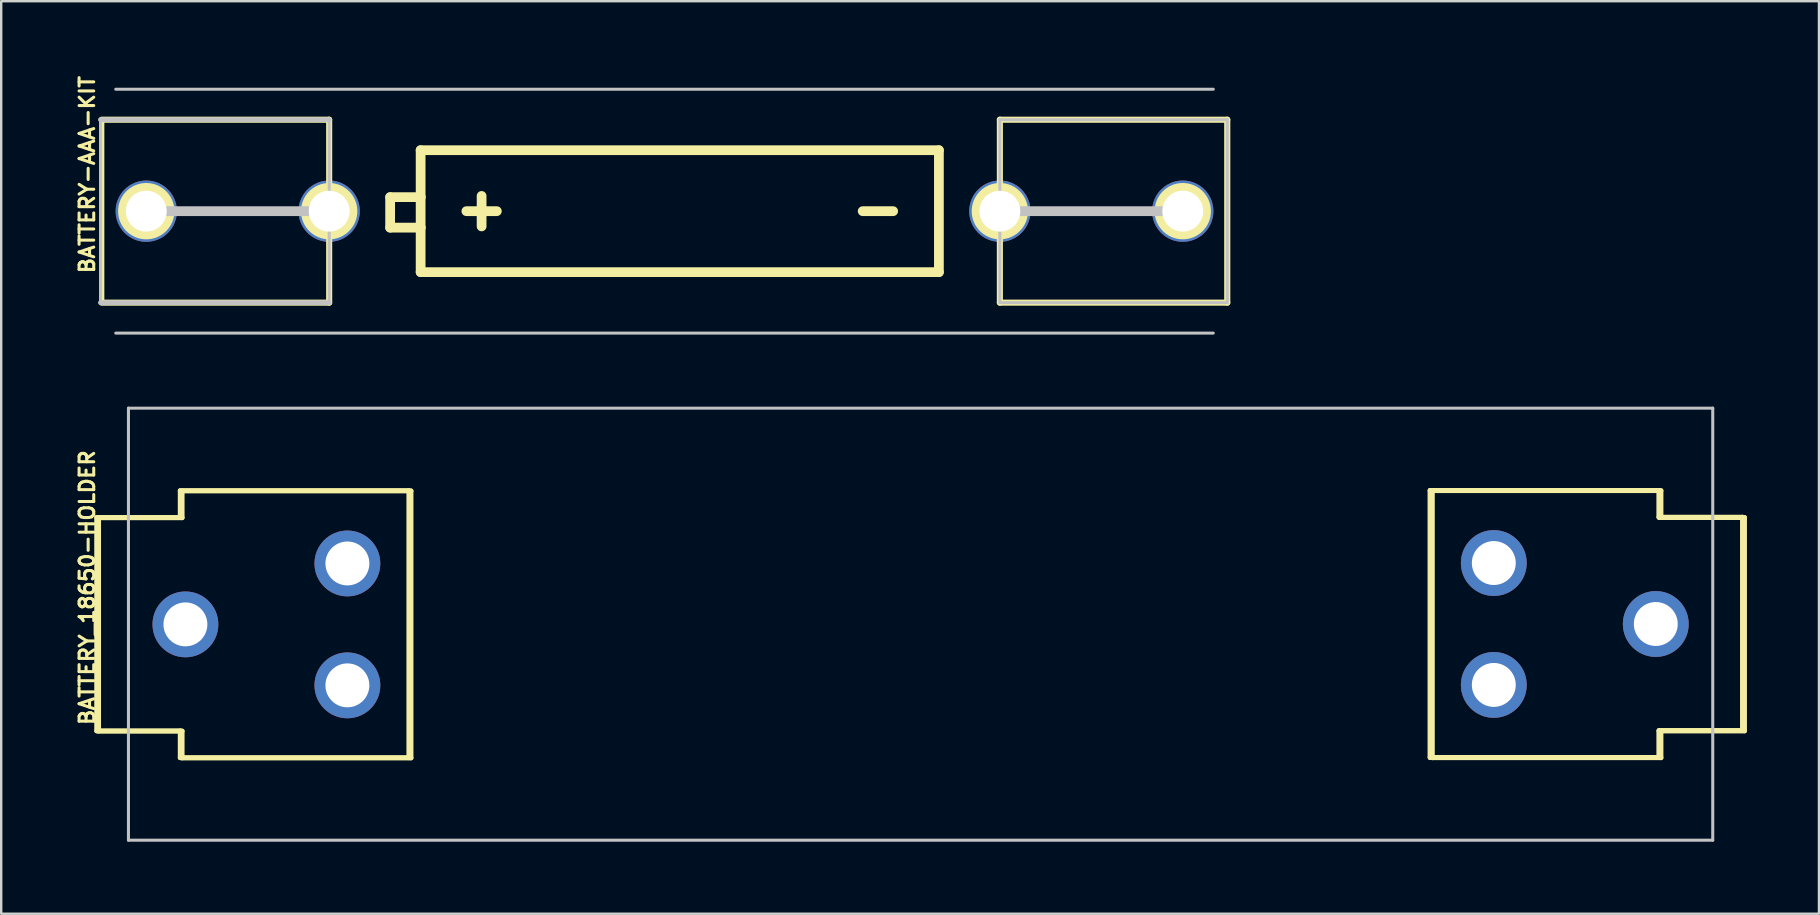
<source format=kicad_pcb>
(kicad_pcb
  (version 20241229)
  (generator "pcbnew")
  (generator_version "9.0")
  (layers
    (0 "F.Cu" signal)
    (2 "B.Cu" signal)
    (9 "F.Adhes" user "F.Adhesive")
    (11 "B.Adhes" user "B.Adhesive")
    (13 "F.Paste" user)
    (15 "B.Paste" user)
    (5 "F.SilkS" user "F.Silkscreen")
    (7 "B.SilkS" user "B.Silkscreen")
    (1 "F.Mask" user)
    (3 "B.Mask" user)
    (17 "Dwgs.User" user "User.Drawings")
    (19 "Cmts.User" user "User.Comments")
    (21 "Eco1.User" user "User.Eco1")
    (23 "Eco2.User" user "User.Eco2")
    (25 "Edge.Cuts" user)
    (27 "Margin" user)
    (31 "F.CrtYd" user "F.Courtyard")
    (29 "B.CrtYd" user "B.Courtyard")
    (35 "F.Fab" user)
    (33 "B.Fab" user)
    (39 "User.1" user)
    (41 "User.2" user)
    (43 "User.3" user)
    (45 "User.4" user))
  (footprint "BATTERY-AAA-KIT"
    (layer "F.Cu")
    (at 24.633 5.747)
    (property "Reference" "BATTERY-AAA-KIT" (at -24.054 -1.524 90) (layer "F.SilkS") (effects (font (size 0.61 0.61) (thickness 0.127))))
    (attr exclude_from_pos_files exclude_from_bom)
    (fp_line (start -23.444 -3.81) (end -13.97 -3.81) (stroke (width 0.203) (type solid)) (layer "F.SilkS"))
    (fp_line (start -23.444 -3.81) (end -13.97 -3.81) (stroke (width 0.254) (type solid)) (layer "F.SilkS"))
    (fp_line (start -23.444 3.81) (end -23.444 -3.81) (stroke (width 0.203) (type solid)) (layer "F.SilkS"))
    (fp_line (start -23.444 3.81) (end -23.444 -3.81) (stroke (width 0.203) (type solid)) (layer "F.SilkS"))
    (fp_line (start -13.97 -3.81) (end -13.97 3.81) (stroke (width 0.254) (type solid)) (layer "F.SilkS"))
    (fp_line (start -13.97 3.81) (end -23.444 3.81) (stroke (width 0.203) (type solid)) (layer "F.SilkS"))
    (fp_line (start -13.97 3.81) (end -23.444 3.81) (stroke (width 0.254) (type solid)) (layer "F.SilkS"))
    (fp_line (start -11.43 -0.584) (end -11.43 0.686) (stroke (width 0.406) (type solid)) (layer "F.SilkS"))
    (fp_line (start -11.43 0.686) (end -10.16 0.686) (stroke (width 0.406) (type solid)) (layer "F.SilkS"))
    (fp_line (start -10.16 -2.54) (end -10.16 -0.584) (stroke (width 0.406) (type solid)) (layer "F.SilkS"))
    (fp_line (start -10.16 -0.584) (end -11.43 -0.584) (stroke (width 0.406) (type solid)) (layer "F.SilkS"))
    (fp_line (start -10.16 -0.584) (end -10.16 0.686) (stroke (width 0.406) (type solid)) (layer "F.SilkS"))
    (fp_line (start -10.16 0.686) (end -10.16 2.54) (stroke (width 0.406) (type solid)) (layer "F.SilkS"))
    (fp_line (start -10.16 2.54) (end 11.43 2.54) (stroke (width 0.406) (type solid)) (layer "F.SilkS"))
    (fp_line (start -7.62 -0.635) (end -7.62 0.635) (stroke (width 0.406) (type solid)) (layer "F.SilkS"))
    (fp_line (start -6.985 0) (end -8.255 0) (stroke (width 0.406) (type solid)) (layer "F.SilkS"))
    (fp_line (start 9.525 0) (end 8.255 0) (stroke (width 0.406) (type solid)) (layer "F.SilkS"))
    (fp_line (start 11.43 -2.54) (end -10.16 -2.54) (stroke (width 0.406) (type solid)) (layer "F.SilkS"))
    (fp_line (start 11.43 2.54) (end 11.43 -2.54) (stroke (width 0.406) (type solid)) (layer "F.SilkS"))
    (fp_line (start 13.97 -3.81) (end 23.444 -3.81) (stroke (width 0.254) (type solid)) (layer "F.SilkS"))
    (fp_line (start 13.97 3.81) (end 13.97 -3.81) (stroke (width 0.254) (type solid)) (layer "F.SilkS"))
    (fp_line (start 13.97 3.81) (end 23.444 3.81) (stroke (width 0.203) (type solid)) (layer "F.SilkS"))
    (fp_line (start 23.444 -3.81) (end 13.97 -3.81) (stroke (width 0.203) (type solid)) (layer "F.SilkS"))
    (fp_line (start 23.444 -3.81) (end 23.444 3.81) (stroke (width 0.254) (type solid)) (layer "F.SilkS"))
    (fp_line (start 23.444 3.81) (end 13.97 3.81) (stroke (width 0.254) (type solid)) (layer "F.SilkS"))
    (fp_line (start 23.444 3.81) (end 23.444 -3.81) (stroke (width 0.203) (type solid)) (layer "F.SilkS"))
    (fp_circle (center -21.59 0) (end -21.791 0.201) (stroke (width 0.445) (type solid)) (fill no) (layer "F.SilkS"))
    (fp_circle (center -21.59 0) (end -21.791 0.201) (stroke (width 0.889) (type solid)) (fill no) (layer "F.SilkS"))
    (fp_circle (center -13.97 0) (end -14.171 0.201) (stroke (width 0.445) (type solid)) (fill no) (layer "F.SilkS"))
    (fp_circle (center -13.97 0) (end -14.171 0.201) (stroke (width 0.889) (type solid)) (fill no) (layer "F.SilkS"))
    (fp_circle (center 13.97 0) (end 14.171 0.201) (stroke (width 0.445) (type solid)) (fill no) (layer "F.SilkS"))
    (fp_circle (center 13.97 0) (end 14.171 0.201) (stroke (width 0.889) (type solid)) (fill no) (layer "F.SilkS"))
    (fp_circle (center 21.59 0) (end 21.791 0.201) (stroke (width 0.445) (type solid)) (fill no) (layer "F.SilkS"))
    (fp_circle (center 21.59 0) (end 21.791 0.201) (stroke (width 0.889) (type solid)) (fill no) (layer "F.SilkS"))
    (fp_line (start -23.495 -3.81) (end -13.97 -3.81) (stroke (width 0.203) (type solid)) (layer "Dwgs.User"))
    (fp_line (start -23.495 3.81) (end -23.495 -3.81) (stroke (width 0.127) (type solid)) (layer "Dwgs.User"))
    (fp_line (start -22.86 -5.08) (end 22.86 -5.08) (stroke (width 0.127) (type solid)) (layer "Dwgs.User"))
    (fp_line (start -22.86 5.08) (end 22.86 5.08) (stroke (width 0.127) (type solid)) (layer "Dwgs.User"))
    (fp_line (start -21.59 0) (end -13.97 0) (stroke (width 0.406) (type solid)) (layer "Dwgs.User"))
    (fp_line (start -13.97 -3.81) (end -13.97 3.81) (stroke (width 0.127) (type solid)) (layer "Dwgs.User"))
    (fp_line (start -13.97 3.81) (end -23.495 3.81) (stroke (width 0.203) (type solid)) (layer "Dwgs.User"))
    (fp_line (start 13.97 -3.81) (end 13.97 3.81) (stroke (width 0.127) (type solid)) (layer "Dwgs.User"))
    (fp_line (start 13.97 0) (end 21.59 0) (stroke (width 0.406) (type solid)) (layer "Dwgs.User"))
    (fp_line (start 13.97 3.81) (end 23.444 3.81) (stroke (width 0.127) (type solid)) (layer "Dwgs.User"))
    (fp_line (start 23.444 -3.81) (end 13.97 -3.81) (stroke (width 0.127) (type solid)) (layer "Dwgs.User"))
    (fp_line (start 23.444 3.81) (end 23.444 -3.81) (stroke (width 0.127) (type solid)) (layer "Dwgs.User"))
    (pad "GND@" thru_hole circle (at 13.97 0) (size 2.553 2.553) (drill 1.702) (layers "*.Cu" "*.Paste" "*.Mask"))
    (pad "GND@" thru_hole circle (at 21.59 0) (size 2.553 2.553) (drill 1.702) (layers "*.Cu" "*.Paste" "*.Mask"))
    (pad "PWR@" thru_hole circle (at -21.59 0) (size 2.553 2.553) (drill 1.702) (layers "*.Cu" "*.Paste" "*.Mask"))
    (pad "PWR@" thru_hole circle (at -13.97 0) (size 2.553 2.553) (drill 1.702) (layers "*.Cu" "*.Paste" "*.Mask")))
  (footprint "BATTERY_18650-HOLDER"
    (layer "F.Cu")
    (at 35.301 22.953)
    (property "Reference" "BATTERY_18650-HOLDER" (at -34.722 -1.524 90) (layer "F.SilkS") (effects (font (size 0.61 0.61) (thickness 0.127))))
    (attr exclude_from_pos_files exclude_from_bom)
    (fp_line (start -34.323 -4.445) (end -30.843 -4.445) (stroke (width 0.203) (type solid)) (layer "F.SilkS"))
    (fp_line (start -34.323 4.445) (end -34.323 -4.445) (stroke (width 0.203) (type solid)) (layer "F.SilkS"))
    (fp_line (start -34.244 -4.435) (end -30.764 -4.435) (stroke (width 0.203) (type solid)) (layer "F.SilkS"))
    (fp_line (start -34.244 4.453) (end -34.244 -4.435) (stroke (width 0.203) (type solid)) (layer "F.SilkS"))
    (fp_line (start -30.843 -5.563) (end -21.318 -5.563) (stroke (width 0.203) (type solid)) (layer "F.SilkS"))
    (fp_line (start -30.843 -4.445) (end -30.843 -5.563) (stroke (width 0.203) (type solid)) (layer "F.SilkS"))
    (fp_line (start -30.843 4.445) (end -34.323 4.445) (stroke (width 0.203) (type solid)) (layer "F.SilkS"))
    (fp_line (start -30.843 5.563) (end -30.843 4.445) (stroke (width 0.203) (type solid)) (layer "F.SilkS"))
    (fp_line (start -30.764 -5.552) (end -21.229 -5.552) (stroke (width 0.203) (type solid)) (layer "F.SilkS"))
    (fp_line (start -30.764 -4.435) (end -30.764 -5.552) (stroke (width 0.203) (type solid)) (layer "F.SilkS"))
    (fp_line (start -30.764 4.453) (end -34.244 4.453) (stroke (width 0.203) (type solid)) (layer "F.SilkS"))
    (fp_line (start -30.764 5.57) (end -30.764 4.453) (stroke (width 0.203) (type solid)) (layer "F.SilkS"))
    (fp_line (start -21.318 -5.563) (end -21.318 5.563) (stroke (width 0.203) (type solid)) (layer "F.SilkS"))
    (fp_line (start -21.318 5.563) (end -30.843 5.563) (stroke (width 0.203) (type solid)) (layer "F.SilkS"))
    (fp_line (start -21.229 -5.552) (end -21.229 5.57) (stroke (width 0.203) (type solid)) (layer "F.SilkS"))
    (fp_line (start -21.229 5.57) (end -30.764 5.57) (stroke (width 0.203) (type solid)) (layer "F.SilkS"))
    (fp_line (start 21.229 -5.57) (end 30.764 -5.57) (stroke (width 0.203) (type solid)) (layer "F.SilkS"))
    (fp_line (start 21.229 -5.57) (end 30.764 -5.57) (stroke (width 0.203) (type solid)) (layer "F.SilkS"))
    (fp_line (start 21.229 5.552) (end 21.229 -5.57) (stroke (width 0.203) (type solid)) (layer "F.SilkS"))
    (fp_line (start 21.229 5.552) (end 21.229 -5.57) (stroke (width 0.203) (type solid)) (layer "F.SilkS"))
    (fp_line (start 21.318 -5.563) (end 30.843 -5.563) (stroke (width 0.203) (type solid)) (layer "F.SilkS"))
    (fp_line (start 21.318 5.563) (end 21.318 -5.563) (stroke (width 0.203) (type solid)) (layer "F.SilkS"))
    (fp_line (start 30.764 -5.57) (end 30.764 -4.453) (stroke (width 0.203) (type solid)) (layer "F.SilkS"))
    (fp_line (start 30.764 -5.57) (end 30.764 -4.453) (stroke (width 0.203) (type solid)) (layer "F.SilkS"))
    (fp_line (start 30.764 -4.453) (end 34.244 -4.453) (stroke (width 0.203) (type solid)) (layer "F.SilkS"))
    (fp_line (start 30.764 -4.453) (end 34.244 -4.453) (stroke (width 0.203) (type solid)) (layer "F.SilkS"))
    (fp_line (start 30.764 4.435) (end 30.764 5.552) (stroke (width 0.203) (type solid)) (layer "F.SilkS"))
    (fp_line (start 30.764 4.435) (end 30.764 5.552) (stroke (width 0.203) (type solid)) (layer "F.SilkS"))
    (fp_line (start 30.764 5.552) (end 21.229 5.552) (stroke (width 0.203) (type solid)) (layer "F.SilkS"))
    (fp_line (start 30.764 5.552) (end 21.229 5.552) (stroke (width 0.203) (type solid)) (layer "F.SilkS"))
    (fp_line (start 30.843 -5.563) (end 30.843 -4.445) (stroke (width 0.203) (type solid)) (layer "F.SilkS"))
    (fp_line (start 30.843 -4.445) (end 34.323 -4.445) (stroke (width 0.203) (type solid)) (layer "F.SilkS"))
    (fp_line (start 30.843 4.445) (end 30.843 5.563) (stroke (width 0.203) (type solid)) (layer "F.SilkS"))
    (fp_line (start 30.843 5.563) (end 21.318 5.563) (stroke (width 0.203) (type solid)) (layer "F.SilkS"))
    (fp_line (start 34.244 -4.453) (end 34.244 4.435) (stroke (width 0.203) (type solid)) (layer "F.SilkS"))
    (fp_line (start 34.244 -4.453) (end 34.244 4.435) (stroke (width 0.203) (type solid)) (layer "F.SilkS"))
    (fp_line (start 34.244 4.435) (end 30.764 4.435) (stroke (width 0.203) (type solid)) (layer "F.SilkS"))
    (fp_line (start 34.244 4.435) (end 30.764 4.435) (stroke (width 0.203) (type solid)) (layer "F.SilkS"))
    (fp_line (start 34.323 -4.445) (end 34.323 4.445) (stroke (width 0.203) (type solid)) (layer "F.SilkS"))
    (fp_line (start 34.323 4.445) (end 30.843 4.445) (stroke (width 0.203) (type solid)) (layer "F.SilkS"))
    (fp_line (start -33 -8.999) (end -33 8.999) (stroke (width 0.127) (type solid)) (layer "Dwgs.User"))
    (fp_line (start -33 -8.999) (end 33 -8.999) (stroke (width 0.127) (type solid)) (layer "Dwgs.User"))
    (fp_line (start 33 -8.999) (end 33 8.999) (stroke (width 0.127) (type solid)) (layer "Dwgs.User"))
    (fp_line (start 33 8.999) (end -33 8.999) (stroke (width 0.127) (type solid)) (layer "Dwgs.User"))
    (pad "GND@" thru_hole circle (at 23.879 -2.548) (size 2.743 2.743) (drill 1.829) (layers "*.Cu" "*.Paste" "*.Mask"))
    (pad "GND@" thru_hole circle (at 23.879 2.53) (size 2.743 2.743) (drill 1.829) (layers "*.Cu" "*.Paste" "*.Mask"))
    (pad "GND@" thru_hole circle (at 30.627 -0.008) (size 2.743 2.743) (drill 1.829) (layers "*.Cu" "*.Paste" "*.Mask"))
    (pad "PWR@" thru_hole circle (at -30.627 0.008) (size 2.743 2.743) (drill 1.829) (layers "*.Cu" "*.Paste" "*.Mask"))
    (pad "PWR@" thru_hole circle (at -23.879 -2.53) (size 2.743 2.743) (drill 1.829) (layers "*.Cu" "*.Paste" "*.Mask"))
    (pad "PWR@" thru_hole circle (at -23.879 2.548) (size 2.743 2.743) (drill 1.829) (layers "*.Cu" "*.Paste" "*.Mask")))
  (gr_rect
    (start -3 -3)
    (end 72.726 35.016)
    (stroke (width 0.1) (type default))
    (fill no)
    (layer "Edge.Cuts")))
</source>
